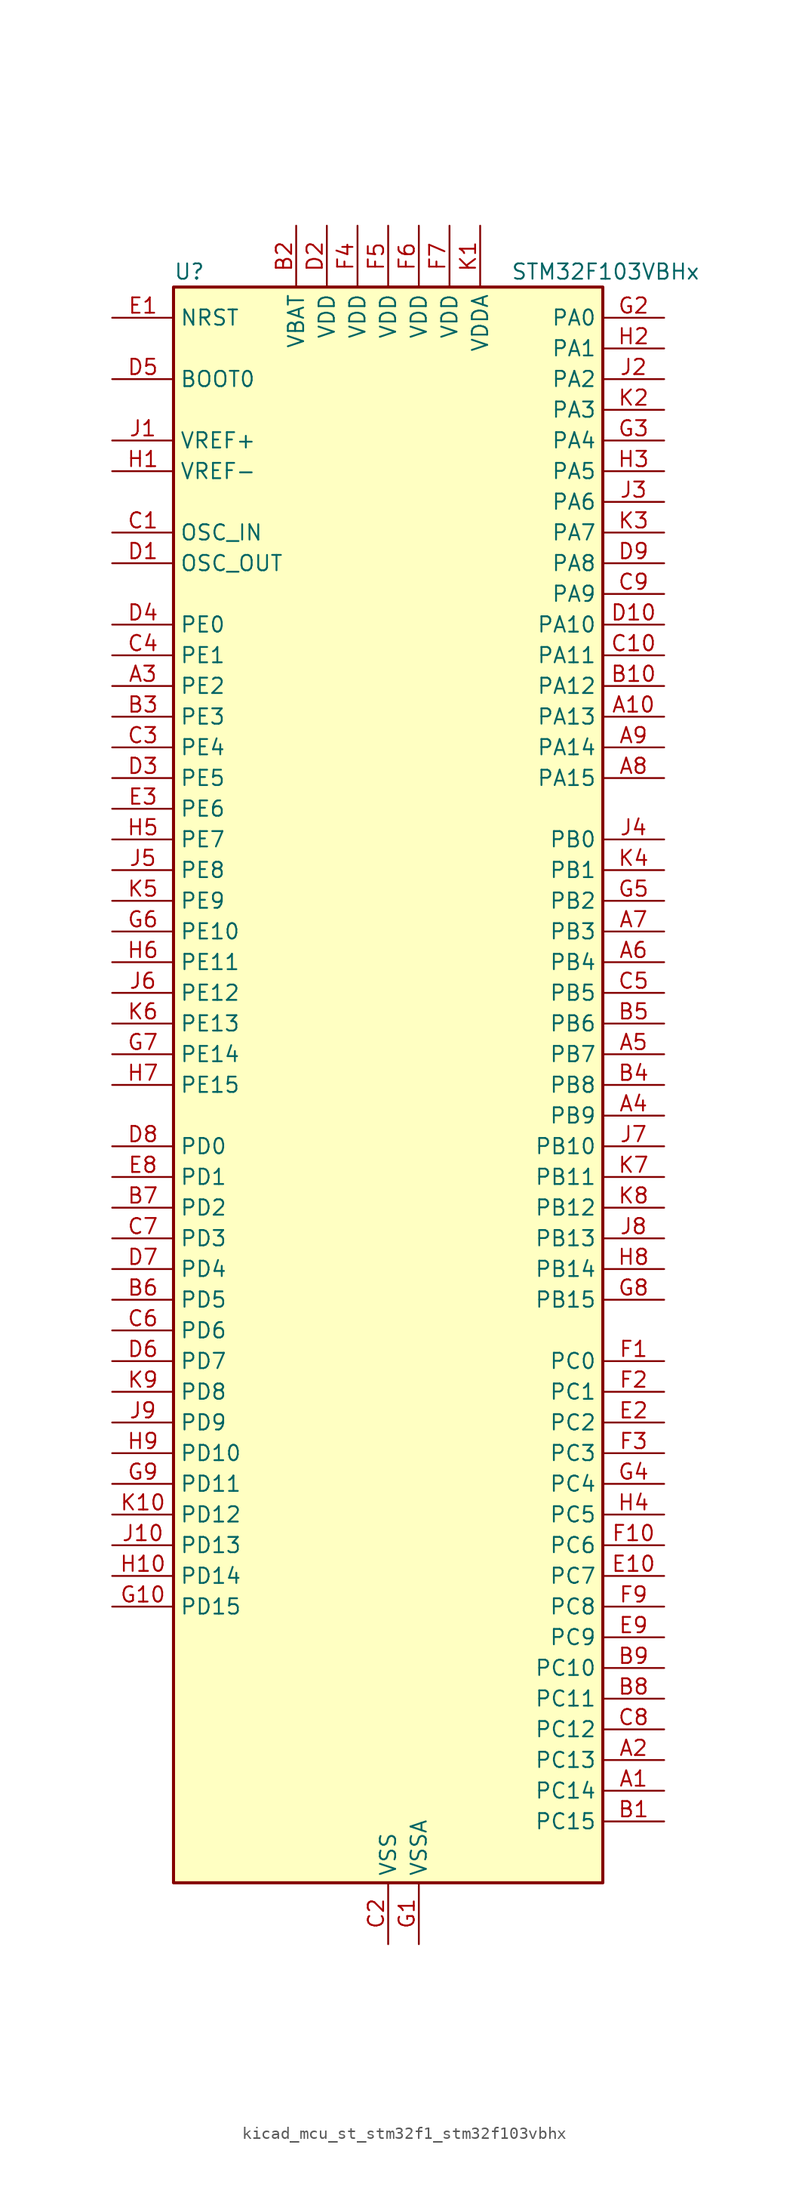
<source format=kicad_sym>
(kicad_symbol_lib
  (version 20220914)
  (generator kicad_symbol_editor)
  (symbol "kicad_mcu_st_stm32f1_stm32f103vbhx"
    (property "Reference" "U"
      (at -17.78 67.31 0)
      (effects (font (size 1.27 1.27)) (justify left)))
    (property "Value" "STM32F103VBHx"
      (at 10.16 67.31 0)
      (effects (font (size 1.27 1.27)) (justify left)))
    (property "ki_locked" ""
      (at 0 0 0)
      (effects (font (size 1.27 1.27))))
    (symbol "kicad_mcu_st_stm32f1_stm32f103vbhx_0_1"
      (rectangle (start -17.78 -66.04) (end 17.78 66.04) (stroke (width 0.254) (type default)) (fill (type background))))
    (symbol "kicad_mcu_st_stm32f1_stm32f103vbhx_1_1"
      (pin bidirectional line (at 22.86 -58.42 180) (length 5.08) (name "PC14" (effects (font (size 1.27 1.27)))) (number "A1" (effects (font (size 1.27 1.27)))) (alternate "RCC_OSC32_IN" bidirectional line))
      (pin bidirectional line (at 22.86 30.48 180) (length 5.08) (name "PA13" (effects (font (size 1.27 1.27)))) (number "A10" (effects (font (size 1.27 1.27)))) (alternate "SYS_JTMS-SWDIO" bidirectional line))
      (pin bidirectional line (at 22.86 -55.88 180) (length 5.08) (name "PC13" (effects (font (size 1.27 1.27)))) (number "A2" (effects (font (size 1.27 1.27)))) (alternate "RTC_OUT" bidirectional line) (alternate "RTC_TAMPER" bidirectional line))
      (pin bidirectional line (at -22.86 33.02 0) (length 5.08) (name "PE2" (effects (font (size 1.27 1.27)))) (number "A3" (effects (font (size 1.27 1.27)))) (alternate "SYS_TRACECLK" bidirectional line))
      (pin bidirectional line (at 22.86 -2.54 180) (length 5.08) (name "PB9" (effects (font (size 1.27 1.27)))) (number "A4" (effects (font (size 1.27 1.27)))) (alternate "CAN_TX" bidirectional line) (alternate "I2C1_SDA" bidirectional line) (alternate "TIM4_CH4" bidirectional line))
      (pin bidirectional line (at 22.86 2.54 180) (length 5.08) (name "PB7" (effects (font (size 1.27 1.27)))) (number "A5" (effects (font (size 1.27 1.27)))) (alternate "I2C1_SDA" bidirectional line) (alternate "TIM4_CH2" bidirectional line) (alternate "USART1_RX" bidirectional line))
      (pin bidirectional line (at 22.86 10.16 180) (length 5.08) (name "PB4" (effects (font (size 1.27 1.27)))) (number "A6" (effects (font (size 1.27 1.27)))) (alternate "SPI1_MISO" bidirectional line) (alternate "SYS_NJTRST" bidirectional line) (alternate "TIM3_CH1" bidirectional line))
      (pin bidirectional line (at 22.86 12.7 180) (length 5.08) (name "PB3" (effects (font (size 1.27 1.27)))) (number "A7" (effects (font (size 1.27 1.27)))) (alternate "SPI1_SCK" bidirectional line) (alternate "SYS_JTDO-TRACESWO" bidirectional line) (alternate "TIM2_CH2" bidirectional line))
      (pin bidirectional line (at 22.86 25.4 180) (length 5.08) (name "PA15" (effects (font (size 1.27 1.27)))) (number "A8" (effects (font (size 1.27 1.27)))) (alternate "ADC1_EXTI15" bidirectional line) (alternate "ADC2_EXTI15" bidirectional line) (alternate "SPI1_NSS" bidirectional line) (alternate "SYS_JTDI" bidirectional line) (alternate "TIM2_CH1" bidirectional line) (alternate "TIM2_ETR" bidirectional line))
      (pin bidirectional line (at 22.86 27.94 180) (length 5.08) (name "PA14" (effects (font (size 1.27 1.27)))) (number "A9" (effects (font (size 1.27 1.27)))) (alternate "SYS_JTCK-SWCLK" bidirectional line))
      (pin bidirectional line (at 22.86 -60.96 180) (length 5.08) (name "PC15" (effects (font (size 1.27 1.27)))) (number "B1" (effects (font (size 1.27 1.27)))) (alternate "ADC1_EXTI15" bidirectional line) (alternate "ADC2_EXTI15" bidirectional line) (alternate "RCC_OSC32_OUT" bidirectional line))
      (pin bidirectional line (at 22.86 33.02 180) (length 5.08) (name "PA12" (effects (font (size 1.27 1.27)))) (number "B10" (effects (font (size 1.27 1.27)))) (alternate "CAN_TX" bidirectional line) (alternate "TIM1_ETR" bidirectional line) (alternate "USART1_RTS" bidirectional line) (alternate "USB_DP" bidirectional line))
      (pin power_in line (at -7.62 71.12 270) (length 5.08) (name "VBAT" (effects (font (size 1.27 1.27)))) (number "B2" (effects (font (size 1.27 1.27)))))
      (pin bidirectional line (at -22.86 30.48 0) (length 5.08) (name "PE3" (effects (font (size 1.27 1.27)))) (number "B3" (effects (font (size 1.27 1.27)))) (alternate "SYS_TRACED0" bidirectional line))
      (pin bidirectional line (at 22.86 0 180) (length 5.08) (name "PB8" (effects (font (size 1.27 1.27)))) (number "B4" (effects (font (size 1.27 1.27)))) (alternate "CAN_RX" bidirectional line) (alternate "I2C1_SCL" bidirectional line) (alternate "TIM4_CH3" bidirectional line))
      (pin bidirectional line (at 22.86 5.08 180) (length 5.08) (name "PB6" (effects (font (size 1.27 1.27)))) (number "B5" (effects (font (size 1.27 1.27)))) (alternate "I2C1_SCL" bidirectional line) (alternate "TIM4_CH1" bidirectional line) (alternate "USART1_TX" bidirectional line))
      (pin bidirectional line (at -22.86 -17.78 0) (length 5.08) (name "PD5" (effects (font (size 1.27 1.27)))) (number "B6" (effects (font (size 1.27 1.27)))) (alternate "USART2_TX" bidirectional line))
      (pin bidirectional line (at -22.86 -10.16 0) (length 5.08) (name "PD2" (effects (font (size 1.27 1.27)))) (number "B7" (effects (font (size 1.27 1.27)))) (alternate "TIM3_ETR" bidirectional line))
      (pin bidirectional line (at 22.86 -50.8 180) (length 5.08) (name "PC11" (effects (font (size 1.27 1.27)))) (number "B8" (effects (font (size 1.27 1.27)))) (alternate "ADC1_EXTI11" bidirectional line) (alternate "ADC2_EXTI11" bidirectional line) (alternate "USART3_RX" bidirectional line))
      (pin bidirectional line (at 22.86 -48.26 180) (length 5.08) (name "PC10" (effects (font (size 1.27 1.27)))) (number "B9" (effects (font (size 1.27 1.27)))) (alternate "USART3_TX" bidirectional line))
      (pin input line (at -22.86 45.72 0) (length 5.08) (name "OSC_IN" (effects (font (size 1.27 1.27)))) (number "C1" (effects (font (size 1.27 1.27)))) (alternate "RCC_OSC_IN" bidirectional line))
      (pin bidirectional line (at 22.86 35.56 180) (length 5.08) (name "PA11" (effects (font (size 1.27 1.27)))) (number "C10" (effects (font (size 1.27 1.27)))) (alternate "ADC1_EXTI11" bidirectional line) (alternate "ADC2_EXTI11" bidirectional line) (alternate "CAN_RX" bidirectional line) (alternate "TIM1_CH4" bidirectional line) (alternate "USART1_CTS" bidirectional line) (alternate "USB_DM" bidirectional line))
      (pin power_in line (at 0 -71.12 90) (length 5.08) (name "VSS" (effects (font (size 1.27 1.27)))) (number "C2" (effects (font (size 1.27 1.27)))))
      (pin bidirectional line (at -22.86 27.94 0) (length 5.08) (name "PE4" (effects (font (size 1.27 1.27)))) (number "C3" (effects (font (size 1.27 1.27)))) (alternate "SYS_TRACED1" bidirectional line))
      (pin bidirectional line (at -22.86 35.56 0) (length 5.08) (name "PE1" (effects (font (size 1.27 1.27)))) (number "C4" (effects (font (size 1.27 1.27)))))
      (pin bidirectional line (at 22.86 7.62 180) (length 5.08) (name "PB5" (effects (font (size 1.27 1.27)))) (number "C5" (effects (font (size 1.27 1.27)))) (alternate "I2C1_SMBA" bidirectional line) (alternate "SPI1_MOSI" bidirectional line) (alternate "TIM3_CH2" bidirectional line))
      (pin bidirectional line (at -22.86 -20.32 0) (length 5.08) (name "PD6" (effects (font (size 1.27 1.27)))) (number "C6" (effects (font (size 1.27 1.27)))) (alternate "USART2_RX" bidirectional line))
      (pin bidirectional line (at -22.86 -12.7 0) (length 5.08) (name "PD3" (effects (font (size 1.27 1.27)))) (number "C7" (effects (font (size 1.27 1.27)))) (alternate "USART2_CTS" bidirectional line))
      (pin bidirectional line (at 22.86 -53.34 180) (length 5.08) (name "PC12" (effects (font (size 1.27 1.27)))) (number "C8" (effects (font (size 1.27 1.27)))) (alternate "USART3_CK" bidirectional line))
      (pin bidirectional line (at 22.86 40.64 180) (length 5.08) (name "PA9" (effects (font (size 1.27 1.27)))) (number "C9" (effects (font (size 1.27 1.27)))) (alternate "TIM1_CH2" bidirectional line) (alternate "USART1_TX" bidirectional line))
      (pin input line (at -22.86 43.18 0) (length 5.08) (name "OSC_OUT" (effects (font (size 1.27 1.27)))) (number "D1" (effects (font (size 1.27 1.27)))) (alternate "RCC_OSC_OUT" bidirectional line))
      (pin bidirectional line (at 22.86 38.1 180) (length 5.08) (name "PA10" (effects (font (size 1.27 1.27)))) (number "D10" (effects (font (size 1.27 1.27)))) (alternate "TIM1_CH3" bidirectional line) (alternate "USART1_RX" bidirectional line))
      (pin power_in line (at -5.08 71.12 270) (length 5.08) (name "VDD" (effects (font (size 1.27 1.27)))) (number "D2" (effects (font (size 1.27 1.27)))))
      (pin bidirectional line (at -22.86 25.4 0) (length 5.08) (name "PE5" (effects (font (size 1.27 1.27)))) (number "D3" (effects (font (size 1.27 1.27)))) (alternate "SYS_TRACED2" bidirectional line))
      (pin bidirectional line (at -22.86 38.1 0) (length 5.08) (name "PE0" (effects (font (size 1.27 1.27)))) (number "D4" (effects (font (size 1.27 1.27)))) (alternate "TIM4_ETR" bidirectional line))
      (pin input line (at -22.86 58.42 0) (length 5.08) (name "BOOT0" (effects (font (size 1.27 1.27)))) (number "D5" (effects (font (size 1.27 1.27)))))
      (pin bidirectional line (at -22.86 -22.86 0) (length 5.08) (name "PD7" (effects (font (size 1.27 1.27)))) (number "D6" (effects (font (size 1.27 1.27)))) (alternate "USART2_CK" bidirectional line))
      (pin bidirectional line (at -22.86 -15.24 0) (length 5.08) (name "PD4" (effects (font (size 1.27 1.27)))) (number "D7" (effects (font (size 1.27 1.27)))) (alternate "USART2_RTS" bidirectional line))
      (pin bidirectional line (at -22.86 -5.08 0) (length 5.08) (name "PD0" (effects (font (size 1.27 1.27)))) (number "D8" (effects (font (size 1.27 1.27)))) (alternate "CAN_RX" bidirectional line))
      (pin bidirectional line (at 22.86 43.18 180) (length 5.08) (name "PA8" (effects (font (size 1.27 1.27)))) (number "D9" (effects (font (size 1.27 1.27)))) (alternate "RCC_MCO" bidirectional line) (alternate "TIM1_CH1" bidirectional line) (alternate "USART1_CK" bidirectional line))
      (pin input line (at -22.86 63.5 0) (length 5.08) (name "NRST" (effects (font (size 1.27 1.27)))) (number "E1" (effects (font (size 1.27 1.27)))))
      (pin bidirectional line (at 22.86 -40.64 180) (length 5.08) (name "PC7" (effects (font (size 1.27 1.27)))) (number "E10" (effects (font (size 1.27 1.27)))) (alternate "TIM3_CH2" bidirectional line))
      (pin bidirectional line (at 22.86 -27.94 180) (length 5.08) (name "PC2" (effects (font (size 1.27 1.27)))) (number "E2" (effects (font (size 1.27 1.27)))) (alternate "ADC1_IN12" bidirectional line) (alternate "ADC2_IN12" bidirectional line))
      (pin bidirectional line (at -22.86 22.86 0) (length 5.08) (name "PE6" (effects (font (size 1.27 1.27)))) (number "E3" (effects (font (size 1.27 1.27)))) (alternate "SYS_TRACED3" bidirectional line))
      (pin passive line (at 0 -71.12 90) (length 5.08) hide (name "VSS" (effects (font (size 1.27 1.27)))) (number "E4" (effects (font (size 1.27 1.27)))))
      (pin passive line (at 0 -71.12 90) (length 5.08) hide (name "VSS" (effects (font (size 1.27 1.27)))) (number "E5" (effects (font (size 1.27 1.27)))))
      (pin passive line (at 0 -71.12 90) (length 5.08) hide (name "VSS" (effects (font (size 1.27 1.27)))) (number "E6" (effects (font (size 1.27 1.27)))))
      (pin passive line (at 0 -71.12 90) (length 5.08) hide (name "VSS" (effects (font (size 1.27 1.27)))) (number "E7" (effects (font (size 1.27 1.27)))))
      (pin bidirectional line (at -22.86 -7.62 0) (length 5.08) (name "PD1" (effects (font (size 1.27 1.27)))) (number "E8" (effects (font (size 1.27 1.27)))) (alternate "CAN_TX" bidirectional line))
      (pin bidirectional line (at 22.86 -45.72 180) (length 5.08) (name "PC9" (effects (font (size 1.27 1.27)))) (number "E9" (effects (font (size 1.27 1.27)))) (alternate "TIM3_CH4" bidirectional line))
      (pin bidirectional line (at 22.86 -22.86 180) (length 5.08) (name "PC0" (effects (font (size 1.27 1.27)))) (number "F1" (effects (font (size 1.27 1.27)))) (alternate "ADC1_IN10" bidirectional line) (alternate "ADC2_IN10" bidirectional line))
      (pin bidirectional line (at 22.86 -38.1 180) (length 5.08) (name "PC6" (effects (font (size 1.27 1.27)))) (number "F10" (effects (font (size 1.27 1.27)))) (alternate "TIM3_CH1" bidirectional line))
      (pin bidirectional line (at 22.86 -25.4 180) (length 5.08) (name "PC1" (effects (font (size 1.27 1.27)))) (number "F2" (effects (font (size 1.27 1.27)))) (alternate "ADC1_IN11" bidirectional line) (alternate "ADC2_IN11" bidirectional line))
      (pin bidirectional line (at 22.86 -30.48 180) (length 5.08) (name "PC3" (effects (font (size 1.27 1.27)))) (number "F3" (effects (font (size 1.27 1.27)))) (alternate "ADC1_IN13" bidirectional line) (alternate "ADC2_IN13" bidirectional line))
      (pin power_in line (at -2.54 71.12 270) (length 5.08) (name "VDD" (effects (font (size 1.27 1.27)))) (number "F4" (effects (font (size 1.27 1.27)))))
      (pin power_in line (at 0 71.12 270) (length 5.08) (name "VDD" (effects (font (size 1.27 1.27)))) (number "F5" (effects (font (size 1.27 1.27)))))
      (pin power_in line (at 2.54 71.12 270) (length 5.08) (name "VDD" (effects (font (size 1.27 1.27)))) (number "F6" (effects (font (size 1.27 1.27)))))
      (pin power_in line (at 5.08 71.12 270) (length 5.08) (name "VDD" (effects (font (size 1.27 1.27)))) (number "F7" (effects (font (size 1.27 1.27)))))
      (pin no_connect line (at -17.78 -66.04 0) (length 5.08) hide (name "NC" (effects (font (size 1.27 1.27)))) (number "F8" (effects (font (size 1.27 1.27)))))
      (pin bidirectional line (at 22.86 -43.18 180) (length 5.08) (name "PC8" (effects (font (size 1.27 1.27)))) (number "F9" (effects (font (size 1.27 1.27)))) (alternate "TIM3_CH3" bidirectional line))
      (pin power_in line (at 2.54 -71.12 90) (length 5.08) (name "VSSA" (effects (font (size 1.27 1.27)))) (number "G1" (effects (font (size 1.27 1.27)))))
      (pin bidirectional line (at -22.86 -43.18 0) (length 5.08) (name "PD15" (effects (font (size 1.27 1.27)))) (number "G10" (effects (font (size 1.27 1.27)))) (alternate "ADC1_EXTI15" bidirectional line) (alternate "ADC2_EXTI15" bidirectional line) (alternate "TIM4_CH4" bidirectional line))
      (pin bidirectional line (at 22.86 63.5 180) (length 5.08) (name "PA0" (effects (font (size 1.27 1.27)))) (number "G2" (effects (font (size 1.27 1.27)))) (alternate "ADC1_IN0" bidirectional line) (alternate "ADC2_IN0" bidirectional line) (alternate "SYS_WKUP" bidirectional line) (alternate "TIM2_CH1" bidirectional line) (alternate "TIM2_ETR" bidirectional line) (alternate "USART2_CTS" bidirectional line))
      (pin bidirectional line (at 22.86 53.34 180) (length 5.08) (name "PA4" (effects (font (size 1.27 1.27)))) (number "G3" (effects (font (size 1.27 1.27)))) (alternate "ADC1_IN4" bidirectional line) (alternate "ADC2_IN4" bidirectional line) (alternate "SPI1_NSS" bidirectional line) (alternate "USART2_CK" bidirectional line))
      (pin bidirectional line (at 22.86 -33.02 180) (length 5.08) (name "PC4" (effects (font (size 1.27 1.27)))) (number "G4" (effects (font (size 1.27 1.27)))) (alternate "ADC1_IN14" bidirectional line) (alternate "ADC2_IN14" bidirectional line))
      (pin bidirectional line (at 22.86 15.24 180) (length 5.08) (name "PB2" (effects (font (size 1.27 1.27)))) (number "G5" (effects (font (size 1.27 1.27)))))
      (pin bidirectional line (at -22.86 12.7 0) (length 5.08) (name "PE10" (effects (font (size 1.27 1.27)))) (number "G6" (effects (font (size 1.27 1.27)))) (alternate "TIM1_CH2N" bidirectional line))
      (pin bidirectional line (at -22.86 2.54 0) (length 5.08) (name "PE14" (effects (font (size 1.27 1.27)))) (number "G7" (effects (font (size 1.27 1.27)))) (alternate "TIM1_CH4" bidirectional line))
      (pin bidirectional line (at 22.86 -17.78 180) (length 5.08) (name "PB15" (effects (font (size 1.27 1.27)))) (number "G8" (effects (font (size 1.27 1.27)))) (alternate "ADC1_EXTI15" bidirectional line) (alternate "ADC2_EXTI15" bidirectional line) (alternate "SPI2_MOSI" bidirectional line) (alternate "TIM1_CH3N" bidirectional line))
      (pin bidirectional line (at -22.86 -33.02 0) (length 5.08) (name "PD11" (effects (font (size 1.27 1.27)))) (number "G9" (effects (font (size 1.27 1.27)))) (alternate "ADC1_EXTI11" bidirectional line) (alternate "ADC2_EXTI11" bidirectional line) (alternate "USART3_CTS" bidirectional line))
      (pin input line (at -22.86 50.8 0) (length 5.08) (name "VREF-" (effects (font (size 1.27 1.27)))) (number "H1" (effects (font (size 1.27 1.27)))))
      (pin bidirectional line (at -22.86 -40.64 0) (length 5.08) (name "PD14" (effects (font (size 1.27 1.27)))) (number "H10" (effects (font (size 1.27 1.27)))) (alternate "TIM4_CH3" bidirectional line))
      (pin bidirectional line (at 22.86 60.96 180) (length 5.08) (name "PA1" (effects (font (size 1.27 1.27)))) (number "H2" (effects (font (size 1.27 1.27)))) (alternate "ADC1_IN1" bidirectional line) (alternate "ADC2_IN1" bidirectional line) (alternate "TIM2_CH2" bidirectional line) (alternate "USART2_RTS" bidirectional line))
      (pin bidirectional line (at 22.86 50.8 180) (length 5.08) (name "PA5" (effects (font (size 1.27 1.27)))) (number "H3" (effects (font (size 1.27 1.27)))) (alternate "ADC1_IN5" bidirectional line) (alternate "ADC2_IN5" bidirectional line) (alternate "SPI1_SCK" bidirectional line))
      (pin bidirectional line (at 22.86 -35.56 180) (length 5.08) (name "PC5" (effects (font (size 1.27 1.27)))) (number "H4" (effects (font (size 1.27 1.27)))) (alternate "ADC1_IN15" bidirectional line) (alternate "ADC2_IN15" bidirectional line))
      (pin bidirectional line (at -22.86 20.32 0) (length 5.08) (name "PE7" (effects (font (size 1.27 1.27)))) (number "H5" (effects (font (size 1.27 1.27)))) (alternate "TIM1_ETR" bidirectional line))
      (pin bidirectional line (at -22.86 10.16 0) (length 5.08) (name "PE11" (effects (font (size 1.27 1.27)))) (number "H6" (effects (font (size 1.27 1.27)))) (alternate "ADC1_EXTI11" bidirectional line) (alternate "ADC2_EXTI11" bidirectional line) (alternate "TIM1_CH2" bidirectional line))
      (pin bidirectional line (at -22.86 0 0) (length 5.08) (name "PE15" (effects (font (size 1.27 1.27)))) (number "H7" (effects (font (size 1.27 1.27)))) (alternate "ADC1_EXTI15" bidirectional line) (alternate "ADC2_EXTI15" bidirectional line) (alternate "TIM1_BKIN" bidirectional line))
      (pin bidirectional line (at 22.86 -15.24 180) (length 5.08) (name "PB14" (effects (font (size 1.27 1.27)))) (number "H8" (effects (font (size 1.27 1.27)))) (alternate "SPI2_MISO" bidirectional line) (alternate "TIM1_CH2N" bidirectional line) (alternate "USART3_RTS" bidirectional line))
      (pin bidirectional line (at -22.86 -30.48 0) (length 5.08) (name "PD10" (effects (font (size 1.27 1.27)))) (number "H9" (effects (font (size 1.27 1.27)))) (alternate "USART3_CK" bidirectional line))
      (pin input line (at -22.86 53.34 0) (length 5.08) (name "VREF+" (effects (font (size 1.27 1.27)))) (number "J1" (effects (font (size 1.27 1.27)))))
      (pin bidirectional line (at -22.86 -38.1 0) (length 5.08) (name "PD13" (effects (font (size 1.27 1.27)))) (number "J10" (effects (font (size 1.27 1.27)))) (alternate "TIM4_CH2" bidirectional line))
      (pin bidirectional line (at 22.86 58.42 180) (length 5.08) (name "PA2" (effects (font (size 1.27 1.27)))) (number "J2" (effects (font (size 1.27 1.27)))) (alternate "ADC1_IN2" bidirectional line) (alternate "ADC2_IN2" bidirectional line) (alternate "TIM2_CH3" bidirectional line) (alternate "USART2_TX" bidirectional line))
      (pin bidirectional line (at 22.86 48.26 180) (length 5.08) (name "PA6" (effects (font (size 1.27 1.27)))) (number "J3" (effects (font (size 1.27 1.27)))) (alternate "ADC1_IN6" bidirectional line) (alternate "ADC2_IN6" bidirectional line) (alternate "SPI1_MISO" bidirectional line) (alternate "TIM1_BKIN" bidirectional line) (alternate "TIM3_CH1" bidirectional line))
      (pin bidirectional line (at 22.86 20.32 180) (length 5.08) (name "PB0" (effects (font (size 1.27 1.27)))) (number "J4" (effects (font (size 1.27 1.27)))) (alternate "ADC1_IN8" bidirectional line) (alternate "ADC2_IN8" bidirectional line) (alternate "TIM1_CH2N" bidirectional line) (alternate "TIM3_CH3" bidirectional line))
      (pin bidirectional line (at -22.86 17.78 0) (length 5.08) (name "PE8" (effects (font (size 1.27 1.27)))) (number "J5" (effects (font (size 1.27 1.27)))) (alternate "TIM1_CH1N" bidirectional line))
      (pin bidirectional line (at -22.86 7.62 0) (length 5.08) (name "PE12" (effects (font (size 1.27 1.27)))) (number "J6" (effects (font (size 1.27 1.27)))) (alternate "TIM1_CH3N" bidirectional line))
      (pin bidirectional line (at 22.86 -5.08 180) (length 5.08) (name "PB10" (effects (font (size 1.27 1.27)))) (number "J7" (effects (font (size 1.27 1.27)))) (alternate "I2C2_SCL" bidirectional line) (alternate "TIM2_CH3" bidirectional line) (alternate "USART3_TX" bidirectional line))
      (pin bidirectional line (at 22.86 -12.7 180) (length 5.08) (name "PB13" (effects (font (size 1.27 1.27)))) (number "J8" (effects (font (size 1.27 1.27)))) (alternate "SPI2_SCK" bidirectional line) (alternate "TIM1_CH1N" bidirectional line) (alternate "USART3_CTS" bidirectional line))
      (pin bidirectional line (at -22.86 -27.94 0) (length 5.08) (name "PD9" (effects (font (size 1.27 1.27)))) (number "J9" (effects (font (size 1.27 1.27)))) (alternate "USART3_RX" bidirectional line))
      (pin power_in line (at 7.62 71.12 270) (length 5.08) (name "VDDA" (effects (font (size 1.27 1.27)))) (number "K1" (effects (font (size 1.27 1.27)))))
      (pin bidirectional line (at -22.86 -35.56 0) (length 5.08) (name "PD12" (effects (font (size 1.27 1.27)))) (number "K10" (effects (font (size 1.27 1.27)))) (alternate "TIM4_CH1" bidirectional line) (alternate "USART3_RTS" bidirectional line))
      (pin bidirectional line (at 22.86 55.88 180) (length 5.08) (name "PA3" (effects (font (size 1.27 1.27)))) (number "K2" (effects (font (size 1.27 1.27)))) (alternate "ADC1_IN3" bidirectional line) (alternate "ADC2_IN3" bidirectional line) (alternate "TIM2_CH4" bidirectional line) (alternate "USART2_RX" bidirectional line))
      (pin bidirectional line (at 22.86 45.72 180) (length 5.08) (name "PA7" (effects (font (size 1.27 1.27)))) (number "K3" (effects (font (size 1.27 1.27)))) (alternate "ADC1_IN7" bidirectional line) (alternate "ADC2_IN7" bidirectional line) (alternate "SPI1_MOSI" bidirectional line) (alternate "TIM1_CH1N" bidirectional line) (alternate "TIM3_CH2" bidirectional line))
      (pin bidirectional line (at 22.86 17.78 180) (length 5.08) (name "PB1" (effects (font (size 1.27 1.27)))) (number "K4" (effects (font (size 1.27 1.27)))) (alternate "ADC1_IN9" bidirectional line) (alternate "ADC2_IN9" bidirectional line) (alternate "TIM1_CH3N" bidirectional line) (alternate "TIM3_CH4" bidirectional line))
      (pin bidirectional line (at -22.86 15.24 0) (length 5.08) (name "PE9" (effects (font (size 1.27 1.27)))) (number "K5" (effects (font (size 1.27 1.27)))) (alternate "TIM1_CH1" bidirectional line))
      (pin bidirectional line (at -22.86 5.08 0) (length 5.08) (name "PE13" (effects (font (size 1.27 1.27)))) (number "K6" (effects (font (size 1.27 1.27)))) (alternate "TIM1_CH3" bidirectional line))
      (pin bidirectional line (at 22.86 -7.62 180) (length 5.08) (name "PB11" (effects (font (size 1.27 1.27)))) (number "K7" (effects (font (size 1.27 1.27)))) (alternate "ADC1_EXTI11" bidirectional line) (alternate "ADC2_EXTI11" bidirectional line) (alternate "I2C2_SDA" bidirectional line) (alternate "TIM2_CH4" bidirectional line) (alternate "USART3_RX" bidirectional line))
      (pin bidirectional line (at 22.86 -10.16 180) (length 5.08) (name "PB12" (effects (font (size 1.27 1.27)))) (number "K8" (effects (font (size 1.27 1.27)))) (alternate "I2C2_SMBA" bidirectional line) (alternate "SPI2_NSS" bidirectional line) (alternate "TIM1_BKIN" bidirectional line) (alternate "USART3_CK" bidirectional line))
      (pin bidirectional line (at -22.86 -25.4 0) (length 5.08) (name "PD8" (effects (font (size 1.27 1.27)))) (number "K9" (effects (font (size 1.27 1.27)))) (alternate "USART3_TX" bidirectional line)))))
</source>
